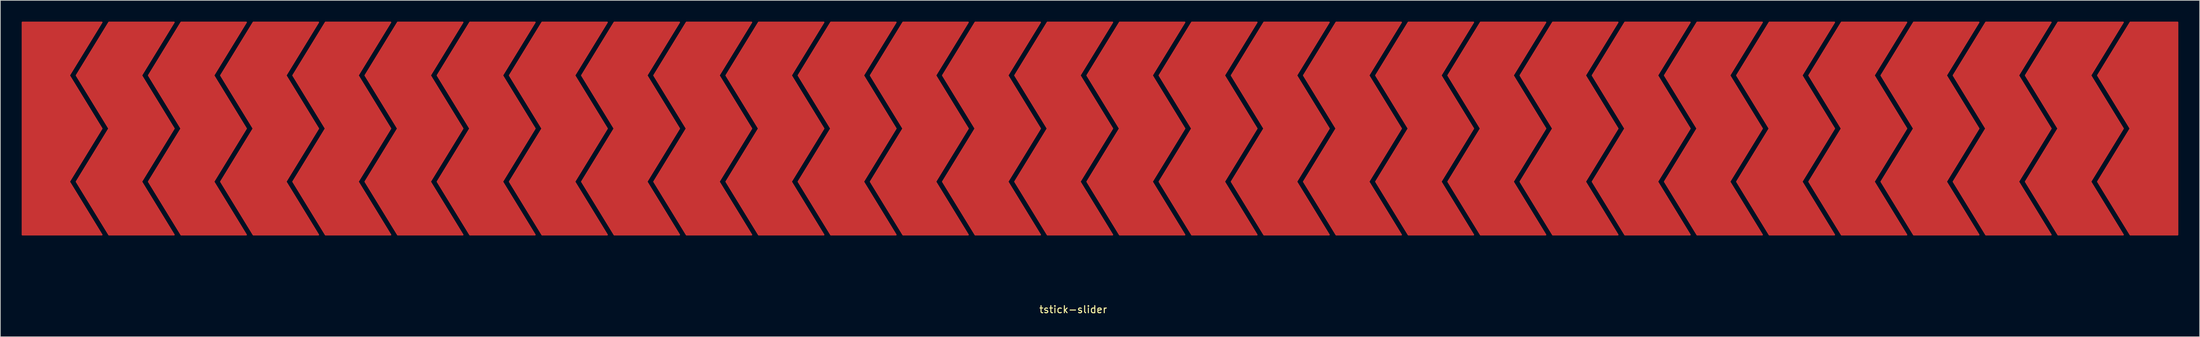
<source format=kicad_pcb>
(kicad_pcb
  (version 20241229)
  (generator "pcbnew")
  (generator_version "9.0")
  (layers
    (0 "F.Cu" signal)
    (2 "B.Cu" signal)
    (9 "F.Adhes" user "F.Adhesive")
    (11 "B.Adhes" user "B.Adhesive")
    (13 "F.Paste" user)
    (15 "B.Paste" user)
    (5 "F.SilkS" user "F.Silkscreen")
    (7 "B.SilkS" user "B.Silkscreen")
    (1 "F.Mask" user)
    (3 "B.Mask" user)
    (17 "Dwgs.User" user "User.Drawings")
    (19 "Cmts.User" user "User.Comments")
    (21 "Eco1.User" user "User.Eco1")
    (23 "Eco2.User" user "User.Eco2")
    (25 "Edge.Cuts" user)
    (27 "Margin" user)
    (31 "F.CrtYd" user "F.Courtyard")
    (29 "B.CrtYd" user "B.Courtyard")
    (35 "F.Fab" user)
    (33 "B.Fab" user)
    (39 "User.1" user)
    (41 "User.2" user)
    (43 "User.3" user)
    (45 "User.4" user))
  (footprint "tstick-slider"
    (layer "F.Cu")
    (at 148.69 15.1)
    (property "Reference" "tstick-slider" (at -0.606 25.55 0) (layer "F.SilkS") (effects (font (size 1 1) (thickness 0.15))))
    (attr smd)
    (pad "1" smd custom (at -145.285 -7.5) (size 6.609 15) (layers "F.Cu") (options (anchor rect)) (primitives (gr_poly (pts (xy 7.888 -7.5) (xy -3.305 -7.5) (xy -3.305 22.5) (xy 7.888 22.5) (xy 3.305 15) (xy 7.888 7.5) (xy 3.305 0)) (width 0.2) (fill yes))))
    (pad "2" smd custom (at -134.106 -7.5) (size 4.583 15) (layers "F.Cu") (options (anchor rect)) (primitives (gr_poly (pts (xy -2.292 -7.5) (xy -6.875 0) (xy -2.292 7.5) (xy -6.875 15) (xy -2.292 22.5) (xy 6.875 22.5) (xy 2.292 15) (xy 6.875 7.5) (xy 2.292 0) (xy 6.875 -7.5)) (width 0.2) (fill yes))))
    (pad "3" smd custom (at -123.939 -7.5) (size 4.583 15) (layers "F.Cu") (options (anchor rect)) (primitives (gr_poly (pts (xy -2.292 -7.5) (xy -6.875 0) (xy -2.292 7.5) (xy -6.875 15) (xy -2.292 22.5) (xy 6.875 22.5) (xy 2.292 15) (xy 6.875 7.5) (xy 2.292 0) (xy 6.875 -7.5)) (width 0.2) (fill yes))))
    (pad "4" smd custom (at -113.772 -7.5) (size 4.583 15) (layers "F.Cu") (options (anchor rect)) (primitives (gr_poly (pts (xy -2.292 -7.5) (xy -6.875 0) (xy -2.292 7.5) (xy -6.875 15) (xy -2.292 22.5) (xy 6.875 22.5) (xy 2.292 15) (xy 6.875 7.5) (xy 2.292 0) (xy 6.875 -7.5)) (width 0.2) (fill yes))))
    (pad "5" smd custom (at -103.606 -7.5) (size 4.583 15) (layers "F.Cu") (options (anchor rect)) (primitives (gr_poly (pts (xy -2.292 -7.5) (xy -6.875 0) (xy -2.292 7.5) (xy -6.875 15) (xy -2.292 22.5) (xy 6.875 22.5) (xy 2.292 15) (xy 6.875 7.5) (xy 2.292 0) (xy 6.875 -7.5)) (width 0.2) (fill yes))))
    (pad "6" smd custom (at -93.439 -7.5) (size 4.583 15) (layers "F.Cu") (options (anchor rect)) (primitives (gr_poly (pts (xy -2.292 -7.5) (xy -6.875 0) (xy -2.292 7.5) (xy -6.875 15) (xy -2.292 22.5) (xy 6.875 22.5) (xy 2.292 15) (xy 6.875 7.5) (xy 2.292 0) (xy 6.875 -7.5)) (width 0.2) (fill yes))))
    (pad "7" smd custom (at -83.272 -7.5) (size 4.583 15) (layers "F.Cu") (options (anchor rect)) (primitives (gr_poly (pts (xy -2.292 -7.5) (xy -6.875 0) (xy -2.292 7.5) (xy -6.875 15) (xy -2.292 22.5) (xy 6.875 22.5) (xy 2.292 15) (xy 6.875 7.5) (xy 2.292 0) (xy 6.875 -7.5)) (width 0.2) (fill yes))))
    (pad "8" smd custom (at -73.106 -7.5) (size 4.583 15) (layers "F.Cu") (options (anchor rect)) (primitives (gr_poly (pts (xy -2.292 -7.5) (xy -6.875 0) (xy -2.292 7.5) (xy -6.875 15) (xy -2.292 22.5) (xy 6.875 22.5) (xy 2.292 15) (xy 6.875 7.5) (xy 2.292 0) (xy 6.875 -7.5)) (width 0.2) (fill yes))))
    (pad "9" smd custom (at -62.939 -7.5) (size 4.583 15) (layers "F.Cu") (options (anchor rect)) (primitives (gr_poly (pts (xy -2.292 -7.5) (xy -6.875 0) (xy -2.292 7.5) (xy -6.875 15) (xy -2.292 22.5) (xy 6.875 22.5) (xy 2.292 15) (xy 6.875 7.5) (xy 2.292 0) (xy 6.875 -7.5)) (width 0.2) (fill yes))))
    (pad "10" smd custom (at -52.772 -7.5) (size 4.583 15) (layers "F.Cu") (options (anchor rect)) (primitives (gr_poly (pts (xy -2.292 -7.5) (xy -6.875 0) (xy -2.292 7.5) (xy -6.875 15) (xy -2.292 22.5) (xy 6.875 22.5) (xy 2.292 15) (xy 6.875 7.5) (xy 2.292 0) (xy 6.875 -7.5)) (width 0.2) (fill yes))))
    (pad "11" smd custom (at -42.606 -7.5) (size 4.583 15) (layers "F.Cu") (options (anchor rect)) (primitives (gr_poly (pts (xy -2.292 -7.5) (xy -6.875 0) (xy -2.292 7.5) (xy -6.875 15) (xy -2.292 22.5) (xy 6.875 22.5) (xy 2.292 15) (xy 6.875 7.5) (xy 2.292 0) (xy 6.875 -7.5)) (width 0.2) (fill yes))))
    (pad "12" smd custom (at -32.439 -7.5) (size 4.583 15) (layers "F.Cu") (options (anchor rect)) (primitives (gr_poly (pts (xy -2.292 -7.5) (xy -6.875 0) (xy -2.292 7.5) (xy -6.875 15) (xy -2.292 22.5) (xy 6.875 22.5) (xy 2.292 15) (xy 6.875 7.5) (xy 2.292 0) (xy 6.875 -7.5)) (width 0.2) (fill yes))))
    (pad "13" smd custom (at -22.272 -7.5) (size 4.583 15) (layers "F.Cu") (options (anchor rect)) (primitives (gr_poly (pts (xy -2.292 -7.5) (xy -6.875 0) (xy -2.292 7.5) (xy -6.875 15) (xy -2.292 22.5) (xy 6.875 22.5) (xy 2.292 15) (xy 6.875 7.5) (xy 2.292 0) (xy 6.875 -7.5)) (width 0.2) (fill yes))))
    (pad "14" smd custom (at -12.106 -7.5) (size 4.583 15) (layers "F.Cu") (options (anchor rect)) (primitives (gr_poly (pts (xy -2.292 -7.5) (xy -6.875 0) (xy -2.292 7.5) (xy -6.875 15) (xy -2.292 22.5) (xy 6.875 22.5) (xy 2.292 15) (xy 6.875 7.5) (xy 2.292 0) (xy 6.875 -7.5)) (width 0.2) (fill yes))))
    (pad "15" smd custom (at -1.939 -7.5) (size 4.583 15) (layers "F.Cu") (options (anchor rect)) (primitives (gr_poly (pts (xy -2.292 -7.5) (xy -6.875 0) (xy -2.292 7.5) (xy -6.875 15) (xy -2.292 22.5) (xy 6.875 22.5) (xy 2.292 15) (xy 6.875 7.5) (xy 2.292 0) (xy 6.875 -7.5)) (width 0.2) (fill yes))))
    (pad "16" smd custom (at 8.228 -7.5) (size 4.583 15) (layers "F.Cu") (options (anchor rect)) (primitives (gr_poly (pts (xy -2.292 -7.5) (xy -6.875 0) (xy -2.292 7.5) (xy -6.875 15) (xy -2.292 22.5) (xy 6.875 22.5) (xy 2.292 15) (xy 6.875 7.5) (xy 2.292 0) (xy 6.875 -7.5)) (width 0.2) (fill yes))))
    (pad "17" smd custom (at 18.394 -7.5) (size 4.583 15) (layers "F.Cu") (options (anchor rect)) (primitives (gr_poly (pts (xy -2.292 -7.5) (xy -6.875 0) (xy -2.292 7.5) (xy -6.875 15) (xy -2.292 22.5) (xy 6.875 22.5) (xy 2.292 15) (xy 6.875 7.5) (xy 2.292 0) (xy 6.875 -7.5)) (width 0.2) (fill yes))))
    (pad "18" smd custom (at 28.561 -7.5) (size 4.583 15) (layers "F.Cu") (options (anchor rect)) (primitives (gr_poly (pts (xy -2.292 -7.5) (xy -6.875 0) (xy -2.292 7.5) (xy -6.875 15) (xy -2.292 22.5) (xy 6.875 22.5) (xy 2.292 15) (xy 6.875 7.5) (xy 2.292 0) (xy 6.875 -7.5)) (width 0.2) (fill yes))))
    (pad "19" smd custom (at 38.728 -7.5) (size 4.583 15) (layers "F.Cu") (options (anchor rect)) (primitives (gr_poly (pts (xy -2.292 -7.5) (xy -6.875 0) (xy -2.292 7.5) (xy -6.875 15) (xy -2.292 22.5) (xy 6.875 22.5) (xy 2.292 15) (xy 6.875 7.5) (xy 2.292 0) (xy 6.875 -7.5)) (width 0.2) (fill yes))))
    (pad "20" smd custom (at 48.894 -7.5) (size 4.583 15) (layers "F.Cu") (options (anchor rect)) (primitives (gr_poly (pts (xy -2.292 -7.5) (xy -6.875 0) (xy -2.292 7.5) (xy -6.875 15) (xy -2.292 22.5) (xy 6.875 22.5) (xy 2.292 15) (xy 6.875 7.5) (xy 2.292 0) (xy 6.875 -7.5)) (width 0.2) (fill yes))))
    (pad "21" smd custom (at 59.061 -7.5) (size 4.583 15) (layers "F.Cu") (options (anchor rect)) (primitives (gr_poly (pts (xy -2.292 -7.5) (xy -6.875 0) (xy -2.292 7.5) (xy -6.875 15) (xy -2.292 22.5) (xy 6.875 22.5) (xy 2.292 15) (xy 6.875 7.5) (xy 2.292 0) (xy 6.875 -7.5)) (width 0.2) (fill yes))))
    (pad "22" smd custom (at 69.228 -7.5) (size 4.583 15) (layers "F.Cu") (options (anchor rect)) (primitives (gr_poly (pts (xy -2.292 -7.5) (xy -6.875 0) (xy -2.292 7.5) (xy -6.875 15) (xy -2.292 22.5) (xy 6.875 22.5) (xy 2.292 15) (xy 6.875 7.5) (xy 2.292 0) (xy 6.875 -7.5)) (width 0.2) (fill yes))))
    (pad "23" smd custom (at 79.394 -7.5) (size 4.583 15) (layers "F.Cu") (options (anchor rect)) (primitives (gr_poly (pts (xy -2.292 -7.5) (xy -6.875 0) (xy -2.292 7.5) (xy -6.875 15) (xy -2.292 22.5) (xy 6.875 22.5) (xy 2.292 15) (xy 6.875 7.5) (xy 2.292 0) (xy 6.875 -7.5)) (width 0.2) (fill yes))))
    (pad "24" smd custom (at 89.561 -7.5) (size 4.583 15) (layers "F.Cu") (options (anchor rect)) (primitives (gr_poly (pts (xy -2.292 -7.5) (xy -6.875 0) (xy -2.292 7.5) (xy -6.875 15) (xy -2.292 22.5) (xy 6.875 22.5) (xy 2.292 15) (xy 6.875 7.5) (xy 2.292 0) (xy 6.875 -7.5)) (width 0.2) (fill yes))))
    (pad "25" smd custom (at 99.728 -7.5) (size 4.583 15) (layers "F.Cu") (options (anchor rect)) (primitives (gr_poly (pts (xy -2.292 -7.5) (xy -6.875 0) (xy -2.292 7.5) (xy -6.875 15) (xy -2.292 22.5) (xy 6.875 22.5) (xy 2.292 15) (xy 6.875 7.5) (xy 2.292 0) (xy 6.875 -7.5)) (width 0.2) (fill yes))))
    (pad "26" smd custom (at 109.894 -7.5) (size 4.583 15) (layers "F.Cu") (options (anchor rect)) (primitives (gr_poly (pts (xy -2.292 -7.5) (xy -6.875 0) (xy -2.292 7.5) (xy -6.875 15) (xy -2.292 22.5) (xy 6.875 22.5) (xy 2.292 15) (xy 6.875 7.5) (xy 2.292 0) (xy 6.875 -7.5)) (width 0.2) (fill yes))))
    (pad "27" smd custom (at 120.061 -7.5) (size 4.583 15) (layers "F.Cu") (options (anchor rect)) (primitives (gr_poly (pts (xy -2.292 -7.5) (xy -6.875 0) (xy -2.292 7.5) (xy -6.875 15) (xy -2.292 22.5) (xy 6.875 22.5) (xy 2.292 15) (xy 6.875 7.5) (xy 2.292 0) (xy 6.875 -7.5)) (width 0.2) (fill yes))))
    (pad "28" smd custom (at 130.228 -7.5) (size 4.583 15) (layers "F.Cu") (options (anchor rect)) (primitives (gr_poly (pts (xy -2.292 -7.5) (xy -6.875 0) (xy -2.292 7.5) (xy -6.875 15) (xy -2.292 22.5) (xy 6.875 22.5) (xy 2.292 15) (xy 6.875 7.5) (xy 2.292 0) (xy 6.875 -7.5)) (width 0.2) (fill yes))))
    (pad "29" smd custom (at 140.394 -7.5) (size 4.583 15) (layers "F.Cu") (options (anchor rect)) (primitives (gr_poly (pts (xy -2.292 -7.5) (xy -6.875 0) (xy -2.292 7.5) (xy -6.875 15) (xy -2.292 22.5) (xy 6.875 22.5) (xy 2.292 15) (xy 6.875 7.5) (xy 2.292 0) (xy 6.875 -7.5)) (width 0.2) (fill yes))))
    (pad "30" smd custom (at 151.605 -7.5) (size 6.671 15) (layers "F.Cu") (options (anchor rect)) (primitives (gr_poly (pts (xy 3.335 -7.5) (xy -3.335 -7.5) (xy -7.919 0) (xy -3.335 7.5) (xy -7.919 15) (xy -3.335 22.5) (xy 3.335 22.5)) (width 0.2) (fill yes)))))
  (gr_rect
    (start -3 -3)
    (end 306.73 44.498)
    (stroke (width 0.1) (type default))
    (fill no)
    (layer "Edge.Cuts")))
</source>
